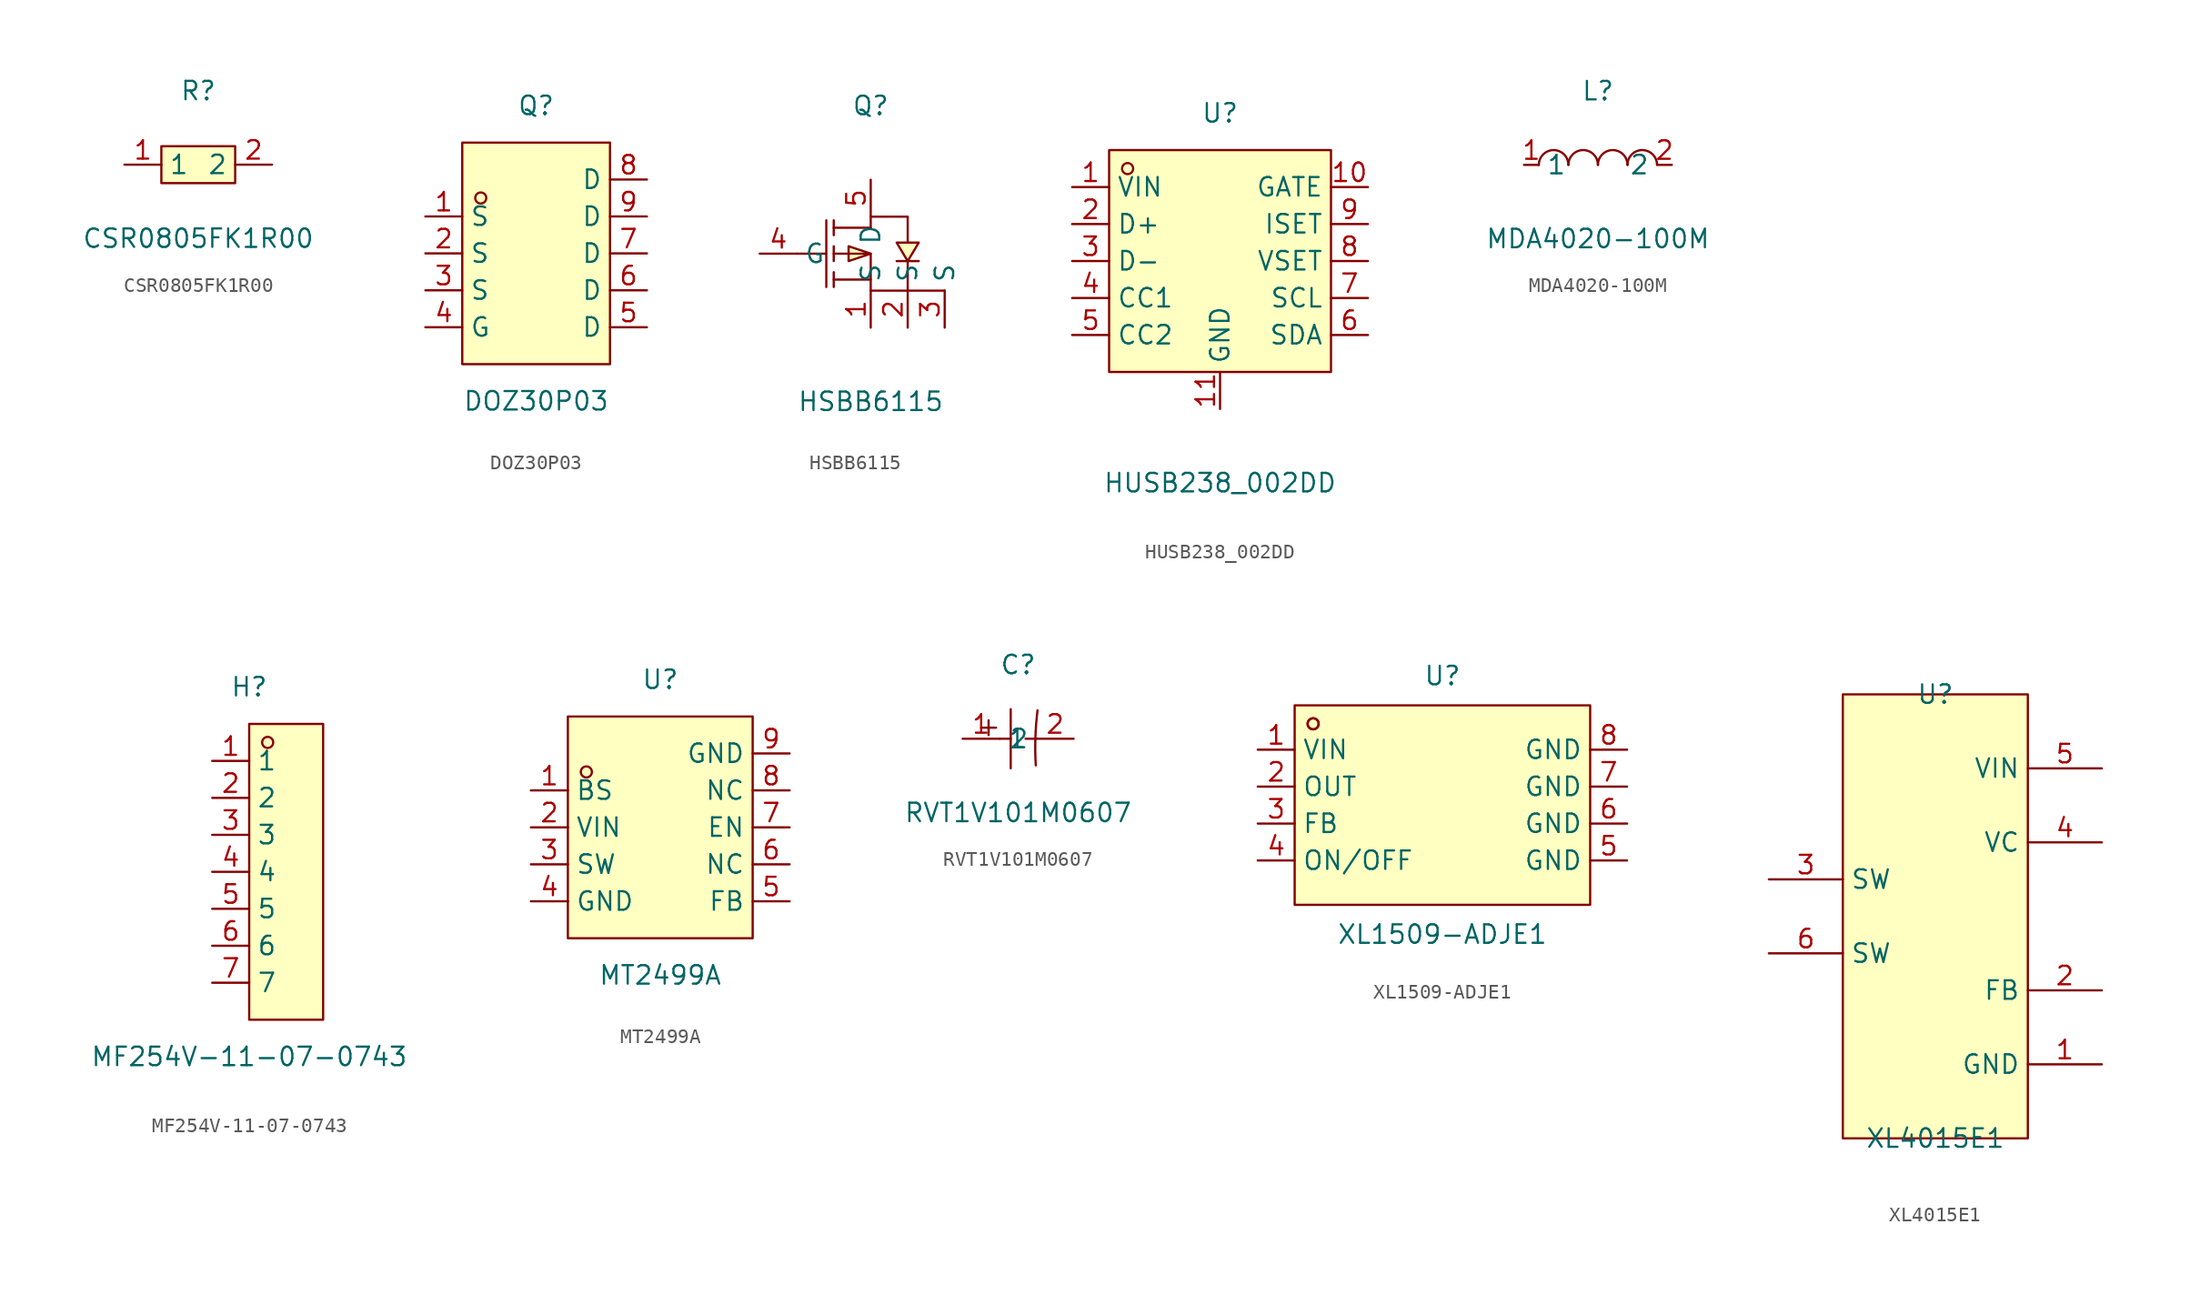
<source format=kicad_sym>
(kicad_symbol_lib
  (version 20211014)
  (generator https://github.com/uPesy/easyeda2kicad.py)
  (symbol "CSR0805FK1R00"
    (property "Reference" "R"
      (at 0 5.08 0)
      (effects (font (size 1.27 1.27))))
    (property "Value" "CSR0805FK1R00"
      (at 0 -5.08 0)
      (effects (font (size 1.27 1.27))))
    (symbol "CSR0805FK1R00_0_1"
      (rectangle (start -2.54 1.27) (end 2.54 -1.27) (stroke (width 0) (type default) (color 0 0 0 0)) (fill (type background)))
      (pin unspecified line (at -5.08 -0.00 0) (length 2.54) (name "1" (effects (font (size 1.27 1.27)))) (number "1" (effects (font (size 1.27 1.27)))))
      (pin unspecified line (at 5.08 -0.00 180) (length 2.54) (name "2" (effects (font (size 1.27 1.27)))) (number "2" (effects (font (size 1.27 1.27)))))))
  (symbol "DOZ30P03"
    (property "Reference" "Q"
      (at 0 11.43 0)
      (effects (font (size 1.27 1.27))))
    (property "Value" "DOZ30P03"
      (at 0 -8.89 0)
      (effects (font (size 1.27 1.27))))
    (symbol "DOZ30P03_0_1"
      (rectangle (start -5.08 8.89) (end 5.08 -6.35) (stroke (width 0) (type default) (color 0 0 0 0)) (fill (type background)))
      (circle (center -3.81 5.08) (radius 0.38) (stroke (width 0) (type default) (color 0 0 0 0)) (fill (type none)))
      (pin unspecified line (at -7.62 3.81 0) (length 2.54) (name "S" (effects (font (size 1.27 1.27)))) (number "1" (effects (font (size 1.27 1.27)))))
      (pin unspecified line (at -7.62 1.27 0) (length 2.54) (name "S" (effects (font (size 1.27 1.27)))) (number "2" (effects (font (size 1.27 1.27)))))
      (pin unspecified line (at -7.62 -1.27 0) (length 2.54) (name "S" (effects (font (size 1.27 1.27)))) (number "3" (effects (font (size 1.27 1.27)))))
      (pin unspecified line (at -7.62 -3.81 0) (length 2.54) (name "G" (effects (font (size 1.27 1.27)))) (number "4" (effects (font (size 1.27 1.27)))))
      (pin unspecified line (at 7.62 -3.81 180) (length 2.54) (name "D" (effects (font (size 1.27 1.27)))) (number "5" (effects (font (size 1.27 1.27)))))
      (pin unspecified line (at 7.62 -1.27 180) (length 2.54) (name "D" (effects (font (size 1.27 1.27)))) (number "6" (effects (font (size 1.27 1.27)))))
      (pin unspecified line (at 7.62 1.27 180) (length 2.54) (name "D" (effects (font (size 1.27 1.27)))) (number "7" (effects (font (size 1.27 1.27)))))
      (pin unspecified line (at 7.62 3.81 180) (length 2.54) (name "D" (effects (font (size 1.27 1.27)))) (number "9" (effects (font (size 1.27 1.27)))))
      (pin unspecified line (at 7.62 6.35 180) (length 2.54) (name "D" (effects (font (size 1.27 1.27)))) (number "8" (effects (font (size 1.27 1.27)))))))
  (symbol "HSBB6115"
    (property "Reference" "Q"
      (at 0 10.16 0)
      (effects (font (size 1.27 1.27))))
    (property "Value" "HSBB6115"
      (at 0 -10.16 0)
      (effects (font (size 1.27 1.27))))
    (symbol "HSBB6115_0_1"
      (polyline (pts (xy 0.00 -2.54) (xy 5.08 -2.54) (xy 2.54 -2.54) (xy 2.54 -0.51)) (stroke (width 0) (type default) (color 0 0 0 0)) (fill (type none)))
      (polyline (pts (xy 0.00 1.78) (xy 0.00 2.54) (xy 2.54 2.54) (xy 2.54 0.76)) (stroke (width 0) (type default) (color 0 0 0 0)) (fill (type none)))
      (polyline (pts (xy 0.00 1.78) (xy -2.54 1.78)) (stroke (width 0) (type default) (color 0 0 0 0)) (fill (type none)))
      (polyline (pts (xy -2.54 -0.00) (xy 0.00 -0.00) (xy 0.00 -2.54)) (stroke (width 0) (type default) (color 0 0 0 0)) (fill (type none)))
      (polyline (pts (xy 0.00 -1.78) (xy -2.54 -1.78)) (stroke (width 0) (type default) (color 0 0 0 0)) (fill (type none)))
      (polyline (pts (xy -3.05 2.29) (xy -3.05 -2.29)) (stroke (width 0) (type default) (color 0 0 0 0)) (fill (type none)))
      (polyline (pts (xy -2.54 1.27) (xy -2.54 2.29)) (stroke (width 0) (type default) (color 0 0 0 0)) (fill (type none)))
      (polyline (pts (xy -2.54 -0.51) (xy -2.54 0.51)) (stroke (width 0) (type default) (color 0 0 0 0)) (fill (type none)))
      (polyline (pts (xy -2.54 -2.29) (xy -2.54 -1.27)) (stroke (width 0) (type default) (color 0 0 0 0)) (fill (type none)))
      (polyline (pts (xy -5.08 -0.00) (xy -3.05 -0.00)) (stroke (width 0) (type default) (color 0 0 0 0)) (fill (type none)))
      (polyline (pts (xy 3.30 -0.51) (xy 3.05 -0.51) (xy 2.03 -0.51) (xy 1.78 -0.51)) (stroke (width 0) (type default) (color 0 0 0 0)) (fill (type none)))
      (polyline (pts (xy 0.00 -0.00) (xy -1.52 0.51) (xy -1.52 -0.51) (xy 0.00 -0.00)) (stroke (width 0) (type default) (color 0 0 0 0)) (fill (type background)))
      (polyline (pts (xy 2.54 -0.51) (xy 3.30 0.76) (xy 1.78 0.76) (xy 2.54 -0.51)) (stroke (width 0) (type default) (color 0 0 0 0)) (fill (type background)))
      (pin unspecified line (at 0.00 5.08 270) (length 2.54) (name "D" (effects (font (size 1.27 1.27)))) (number "5" (effects (font (size 1.27 1.27)))))
      (pin unspecified line (at -7.62 -0.00 0) (length 2.54) (name "G" (effects (font (size 1.27 1.27)))) (number "4" (effects (font (size 1.27 1.27)))))
      (pin unspecified line (at 0.00 -5.08 90) (length 2.54) (name "S" (effects (font (size 1.27 1.27)))) (number "1" (effects (font (size 1.27 1.27)))))
      (pin unspecified line (at 2.54 -5.08 90) (length 2.54) (name "S" (effects (font (size 1.27 1.27)))) (number "2" (effects (font (size 1.27 1.27)))))
      (pin unspecified line (at 5.08 -5.08 90) (length 2.54) (name "S" (effects (font (size 1.27 1.27)))) (number "3" (effects (font (size 1.27 1.27)))))))
  (symbol "HUSB238_002DD"
    (property "Reference" "U"
      (at 0 10.16 0)
      (effects (font (size 1.27 1.27))))
    (property "Value" "HUSB238_002DD"
      (at 0 -15.24 0)
      (effects (font (size 1.27 1.27))))
    (symbol "HUSB238_002DD_0_1"
      (rectangle (start -7.62 7.62) (end 7.62 -7.62) (stroke (width 0) (type default) (color 0 0 0 0)) (fill (type background)))
      (circle (center -6.35 6.35) (radius 0.38) (stroke (width 0) (type default) (color 0 0 0 0)) (fill (type none)))
      (pin unspecified line (at -10.16 5.08 0) (length 2.54) (name "VIN" (effects (font (size 1.27 1.27)))) (number "1" (effects (font (size 1.27 1.27)))))
      (pin unspecified line (at -10.16 2.54 0) (length 2.54) (name "D+" (effects (font (size 1.27 1.27)))) (number "2" (effects (font (size 1.27 1.27)))))
      (pin unspecified line (at -10.16 -0.00 0) (length 2.54) (name "D-" (effects (font (size 1.27 1.27)))) (number "3" (effects (font (size 1.27 1.27)))))
      (pin unspecified line (at -10.16 -2.54 0) (length 2.54) (name "CC1" (effects (font (size 1.27 1.27)))) (number "4" (effects (font (size 1.27 1.27)))))
      (pin unspecified line (at -10.16 -5.08 0) (length 2.54) (name "CC2" (effects (font (size 1.27 1.27)))) (number "5" (effects (font (size 1.27 1.27)))))
      (pin unspecified line (at 10.16 -5.08 180) (length 2.54) (name "SDA" (effects (font (size 1.27 1.27)))) (number "6" (effects (font (size 1.27 1.27)))))
      (pin unspecified line (at 10.16 -2.54 180) (length 2.54) (name "SCL" (effects (font (size 1.27 1.27)))) (number "7" (effects (font (size 1.27 1.27)))))
      (pin unspecified line (at 10.16 -0.00 180) (length 2.54) (name "VSET" (effects (font (size 1.27 1.27)))) (number "8" (effects (font (size 1.27 1.27)))))
      (pin unspecified line (at 10.16 2.54 180) (length 2.54) (name "ISET" (effects (font (size 1.27 1.27)))) (number "9" (effects (font (size 1.27 1.27)))))
      (pin unspecified line (at 10.16 5.08 180) (length 2.54) (name "GATE" (effects (font (size 1.27 1.27)))) (number "10" (effects (font (size 1.27 1.27)))))
      (pin unspecified line (at 0.00 -10.16 90) (length 2.54) (name "GND" (effects (font (size 1.27 1.27)))) (number "11" (effects (font (size 1.27 1.27)))))))
  (symbol "MDA4020-100M"
    (property "Reference" "L"
      (at 0 5.08 0)
      (effects (font (size 1.27 1.27))))
    (property "Value" "MDA4020-100M"
      (at 0 -5.08 0)
      (effects (font (size 1.27 1.27))))
    (symbol "MDA4020-100M_0_1"
      (arc (start -4.06 -0.01) (mid -2.83 0.99) (end -2.03 0.01) (stroke (width 0) (type default) (color 0 0 0 0)) (fill (type none)))
      (arc (start -2.03 -0.01) (mid -0.80 0.99) (end 0.00 0.01) (stroke (width 0) (type default) (color 0 0 0 0)) (fill (type none)))
      (arc (start 2.03 -0.01) (mid 3.26 0.99) (end 4.06 0.01) (stroke (width 0) (type default) (color 0 0 0 0)) (fill (type none)))
      (arc (start 0.00 -0.01) (mid 1.23 0.99) (end 2.03 0.01) (stroke (width 0) (type default) (color 0 0 0 0)) (fill (type none)))
      (pin unspecified line (at 5.08 -0.00 180) (length 1.016) (name "2" (effects (font (size 1.27 1.27)))) (number "2" (effects (font (size 1.27 1.27)))))
      (pin unspecified line (at -5.08 -0.00 0) (length 1.016) (name "1" (effects (font (size 1.27 1.27)))) (number "1" (effects (font (size 1.27 1.27)))))))
  (symbol "MF254V-11-07-0743"
    (property "Reference" "H"
      (at 0 12.70 0)
      (effects (font (size 1.27 1.27))))
    (property "Value" "MF254V-11-07-0743"
      (at 0 -12.70 0)
      (effects (font (size 1.27 1.27))))
    (symbol "MF254V-11-07-0743_0_1"
      (rectangle (start 0.00 10.16) (end 5.08 -10.16) (stroke (width 0) (type default) (color 0 0 0 0)) (fill (type background)))
      (circle (center 1.27 8.89) (radius 0.38) (stroke (width 0) (type default) (color 0 0 0 0)) (fill (type none)))
      (pin unspecified line (at -2.54 -7.62 0) (length 2.54) (name "7" (effects (font (size 1.27 1.27)))) (number "7" (effects (font (size 1.27 1.27)))))
      (pin unspecified line (at -2.54 -5.08 0) (length 2.54) (name "6" (effects (font (size 1.27 1.27)))) (number "6" (effects (font (size 1.27 1.27)))))
      (pin unspecified line (at -2.54 -2.54 0) (length 2.54) (name "5" (effects (font (size 1.27 1.27)))) (number "5" (effects (font (size 1.27 1.27)))))
      (pin unspecified line (at -2.54 -0.00 0) (length 2.54) (name "4" (effects (font (size 1.27 1.27)))) (number "4" (effects (font (size 1.27 1.27)))))
      (pin unspecified line (at -2.54 2.54 0) (length 2.54) (name "3" (effects (font (size 1.27 1.27)))) (number "3" (effects (font (size 1.27 1.27)))))
      (pin unspecified line (at -2.54 5.08 0) (length 2.54) (name "2" (effects (font (size 1.27 1.27)))) (number "2" (effects (font (size 1.27 1.27)))))
      (pin unspecified line (at -2.54 7.62 0) (length 2.54) (name "1" (effects (font (size 1.27 1.27)))) (number "1" (effects (font (size 1.27 1.27)))))))
  (symbol "MT2499A"
    (property "Reference" "U"
      (at 0 10.16 0)
      (effects (font (size 1.27 1.27))))
    (property "Value" "MT2499A"
      (at 0 -10.16 0)
      (effects (font (size 1.27 1.27))))
    (symbol "MT2499A_0_1"
      (rectangle (start -6.35 7.62) (end 6.35 -7.62) (stroke (width 0) (type default) (color 0 0 0 0)) (fill (type background)))
      (circle (center -5.08 3.81) (radius 0.38) (stroke (width 0) (type default) (color 0 0 0 0)) (fill (type none)))
      (pin unspecified line (at -8.89 2.54 0) (length 2.54) (name "BS" (effects (font (size 1.27 1.27)))) (number "1" (effects (font (size 1.27 1.27)))))
      (pin unspecified line (at -8.89 -0.00 0) (length 2.54) (name "VIN" (effects (font (size 1.27 1.27)))) (number "2" (effects (font (size 1.27 1.27)))))
      (pin unspecified line (at -8.89 -2.54 0) (length 2.54) (name "SW" (effects (font (size 1.27 1.27)))) (number "3" (effects (font (size 1.27 1.27)))))
      (pin unspecified line (at -8.89 -5.08 0) (length 2.54) (name "GND" (effects (font (size 1.27 1.27)))) (number "4" (effects (font (size 1.27 1.27)))))
      (pin unspecified line (at 8.89 -5.08 180) (length 2.54) (name "FB" (effects (font (size 1.27 1.27)))) (number "5" (effects (font (size 1.27 1.27)))))
      (pin unspecified line (at 8.89 -2.54 180) (length 2.54) (name "NC" (effects (font (size 1.27 1.27)))) (number "6" (effects (font (size 1.27 1.27)))))
      (pin unspecified line (at 8.89 -0.00 180) (length 2.54) (name "EN" (effects (font (size 1.27 1.27)))) (number "7" (effects (font (size 1.27 1.27)))))
      (pin unspecified line (at 8.89 2.54 180) (length 2.54) (name "NC" (effects (font (size 1.27 1.27)))) (number "8" (effects (font (size 1.27 1.27)))))
      (pin unspecified line (at 8.89 5.08 180) (length 2.54) (name "GND" (effects (font (size 1.27 1.27)))) (number "9" (effects (font (size 1.27 1.27)))))))
  (symbol "RVT1V101M0607"
    (property "Reference" "C"
      (at 0 5.08 0)
      (effects (font (size 1.27 1.27))))
    (property "Value" "RVT1V101M0607"
      (at 0 -5.08 0)
      (effects (font (size 1.27 1.27))))
    (symbol "RVT1V101M0607_0_1"
      (arc (start 1.33 1.95) (mid 1.22 -1.99) (end 1.21 -1.83) (stroke (width 0) (type default) (color 0 0 0 0)) (fill (type none)))
      (polyline (pts (xy -0.51 2.03) (xy -0.51 -2.03)) (stroke (width 0) (type default) (color 0 0 0 0)) (fill (type none)))
      (polyline (pts (xy -1.27 -0.00) (xy -0.51 -0.00)) (stroke (width 0) (type default) (color 0 0 0 0)) (fill (type none)))
      (polyline (pts (xy 0.51 -0.00) (xy 1.27 -0.00)) (stroke (width 0) (type default) (color 0 0 0 0)) (fill (type none)))
      (polyline (pts (xy -2.54 0.76) (xy -1.52 0.76)) (stroke (width 0) (type default) (color 0 0 0 0)) (fill (type none)))
      (polyline (pts (xy -2.03 1.27) (xy -2.03 0.25)) (stroke (width 0) (type default) (color 0 0 0 0)) (fill (type none)))
      (pin input line (at -3.81 -0.00 0) (length 2.54) (name "1" (effects (font (size 1.27 1.27)))) (number "1" (effects (font (size 1.27 1.27)))))
      (pin input line (at 3.81 -0.00 180) (length 2.54) (name "2" (effects (font (size 1.27 1.27)))) (number "2" (effects (font (size 1.27 1.27)))))))
  (symbol "XL1509-ADJE1"
    (property "Reference" "U"
      (at 0 8.89 0)
      (effects (font (size 1.27 1.27))))
    (property "Value" "XL1509-ADJE1"
      (at 0 -8.89 0)
      (effects (font (size 1.27 1.27))))
    (symbol "XL1509-ADJE1_0_1"
      (rectangle (start -10.16 6.86) (end 10.16 -6.86) (stroke (width 0) (type default) (color 0 0 0 0)) (fill (type background)))
      (circle (center -8.89 5.59) (radius 0.38) (stroke (width 0) (type default) (color 0 0 0 0)) (fill (type none)))
      (circle (center -8.89 5.59) (radius 0.38) (stroke (width 0) (type default) (color 0 0 0 0)) (fill (type none)))
      (pin unspecified line (at -12.70 3.81 0) (length 2.54) (name "VIN" (effects (font (size 1.27 1.27)))) (number "1" (effects (font (size 1.27 1.27)))))
      (pin unspecified line (at -12.70 1.27 0) (length 2.54) (name "OUT" (effects (font (size 1.27 1.27)))) (number "2" (effects (font (size 1.27 1.27)))))
      (pin unspecified line (at -12.70 -1.27 0) (length 2.54) (name "FB" (effects (font (size 1.27 1.27)))) (number "3" (effects (font (size 1.27 1.27)))))
      (pin unspecified line (at -12.70 -3.81 0) (length 2.54) (name "ON/OFF" (effects (font (size 1.27 1.27)))) (number "4" (effects (font (size 1.27 1.27)))))
      (pin unspecified line (at 12.70 -3.81 180) (length 2.54) (name "GND" (effects (font (size 1.27 1.27)))) (number "5" (effects (font (size 1.27 1.27)))))
      (pin unspecified line (at 12.70 -1.27 180) (length 2.54) (name "GND" (effects (font (size 1.27 1.27)))) (number "6" (effects (font (size 1.27 1.27)))))
      (pin unspecified line (at 12.70 1.27 180) (length 2.54) (name "GND" (effects (font (size 1.27 1.27)))) (number "7" (effects (font (size 1.27 1.27)))))
      (pin unspecified line (at 12.70 3.81 180) (length 2.54) (name "GND" (effects (font (size 1.27 1.27)))) (number "8" (effects (font (size 1.27 1.27)))))))
  (symbol "XL4015E1"
    (property "Reference" "U"
      (at 0 15.24 0)
      (effects (font (size 1.27 1.27))))
    (property "Value" "XL4015E1"
      (at 0 -15.24 0)
      (effects (font (size 1.27 1.27))))
    (symbol "XL4015E1_0_1"
      (rectangle (start -6.35 15.24) (end 6.35 -15.24) (stroke (width 0) (type default) (color 0 0 0 0)) (fill (type background)))
      (pin unspecified line (at 11.43 -10.16 180) (length 5.08) (name "GND" (effects (font (size 1.27 1.27)))) (number "1" (effects (font (size 1.27 1.27)))))
      (pin unspecified line (at 11.43 -5.08 180) (length 5.08) (name "FB" (effects (font (size 1.27 1.27)))) (number "2" (effects (font (size 1.27 1.27)))))
      (pin unspecified line (at -11.43 2.54 0) (length 5.08) (name "SW" (effects (font (size 1.27 1.27)))) (number "3" (effects (font (size 1.27 1.27)))))
      (pin unspecified line (at 11.43 5.08 180) (length 5.08) (name "VC" (effects (font (size 1.27 1.27)))) (number "4" (effects (font (size 1.27 1.27)))))
      (pin unspecified line (at 11.43 10.16 180) (length 5.08) (name "VIN" (effects (font (size 1.27 1.27)))) (number "5" (effects (font (size 1.27 1.27)))))
      (pin unspecified line (at -11.43 -2.54 0) (length 5.08) (name "SW" (effects (font (size 1.27 1.27)))) (number "6" (effects (font (size 1.27 1.27))))))))
</source>
